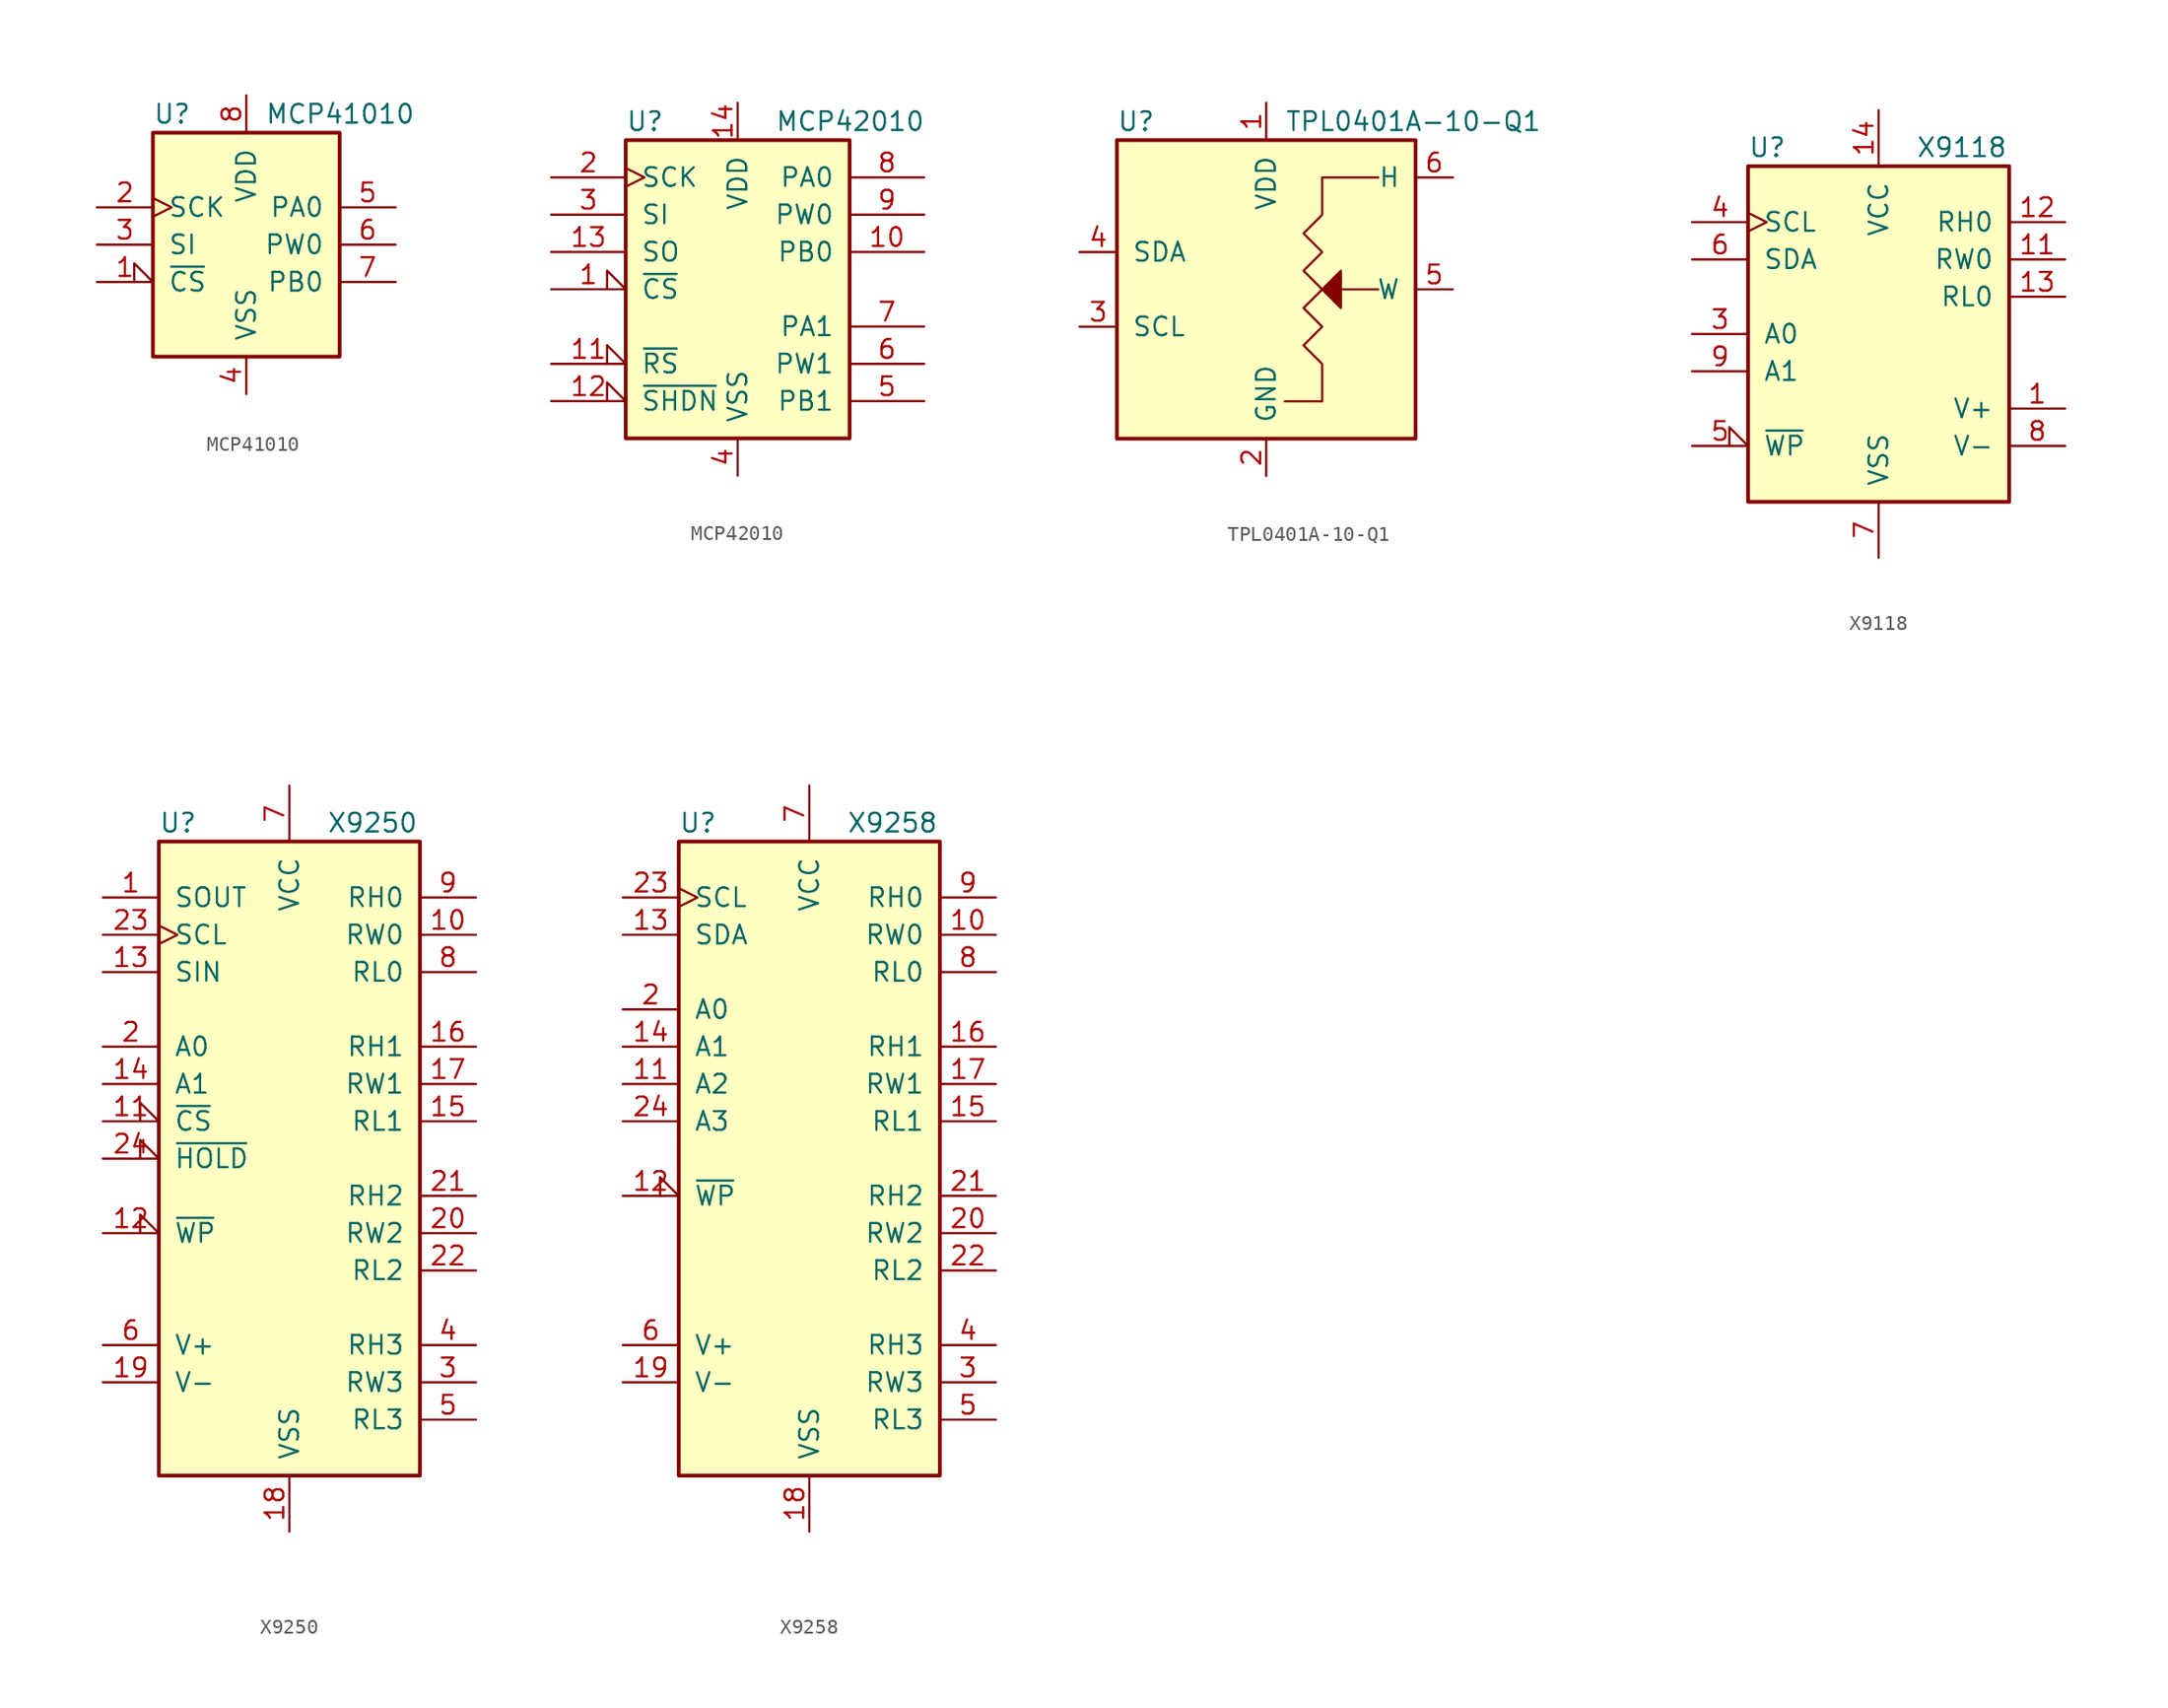
<source format=kicad_sym>
(kicad_symbol_lib
  (version 20241209)
  (generator "kicad_symbol_editor")
  (generator_version "9.0")
  (symbol "MCP41010"
    (pin_names
      (offset 1.016))
    (property "Reference" "U"
      (at -6.35 8.89 0)
      (effects (font (size 1.27 1.27)) (justify left)))
    (property "Value" "MCP41010"
      (at 1.27 8.89 0)
      (effects (font (size 1.27 1.27)) (justify left)))
    (symbol "MCP41010_0_1"
      (rectangle (start -6.35 7.62) (end 6.35 -7.62) (stroke (width 0.254) (type default)) (fill (type background))))
    (symbol "MCP41010_1_1"
      (pin passive clock (at -10.16 2.54 0) (length 3.81) (name "SCK" (effects (font (size 1.27 1.27)))) (number "2" (effects (font (size 1.27 1.27)))))
      (pin input line (at -10.16 0 0) (length 3.81) (name "SI" (effects (font (size 1.27 1.27)))) (number "3" (effects (font (size 1.27 1.27)))))
      (pin input input_low (at -10.16 -2.54 0) (length 3.81) (name "~{CS}" (effects (font (size 1.27 1.27)))) (number "1" (effects (font (size 1.27 1.27)))))
      (pin power_in line (at 0 10.16 270) (length 2.54) (name "VDD" (effects (font (size 1.27 1.27)))) (number "8" (effects (font (size 1.27 1.27)))))
      (pin power_in line (at 0 -10.16 90) (length 2.54) (name "VSS" (effects (font (size 1.27 1.27)))) (number "4" (effects (font (size 1.27 1.27)))))
      (pin passive line (at 10.16 2.54 180) (length 3.81) (name "PA0" (effects (font (size 1.27 1.27)))) (number "5" (effects (font (size 1.27 1.27)))))
      (pin passive line (at 10.16 0 180) (length 3.81) (name "PW0" (effects (font (size 1.27 1.27)))) (number "6" (effects (font (size 1.27 1.27)))))
      (pin passive line (at 10.16 -2.54 180) (length 3.81) (name "PB0" (effects (font (size 1.27 1.27)))) (number "7" (effects (font (size 1.27 1.27)))))))
  (symbol "MCP42010"
    (pin_names
      (offset 1.016))
    (property "Reference" "U"
      (at -7.62 11.43 0)
      (effects (font (size 1.27 1.27)) (justify left)))
    (property "Value" "MCP42010"
      (at 2.54 11.43 0)
      (effects (font (size 1.27 1.27)) (justify left)))
    (symbol "MCP42010_0_1"
      (rectangle (start -7.62 10.16) (end 7.62 -10.16) (stroke (width 0.254) (type default)) (fill (type background))))
    (symbol "MCP42010_1_1"
      (pin input clock (at -12.7 7.62 0) (length 5.08) (name "SCK" (effects (font (size 1.27 1.27)))) (number "2" (effects (font (size 1.27 1.27)))))
      (pin input line (at -12.7 5.08 0) (length 5.08) (name "SI" (effects (font (size 1.27 1.27)))) (number "3" (effects (font (size 1.27 1.27)))))
      (pin output line (at -12.7 2.54 0) (length 5.08) (name "SO" (effects (font (size 1.27 1.27)))) (number "13" (effects (font (size 1.27 1.27)))))
      (pin input input_low (at -12.7 0 0) (length 5.08) (name "~{CS}" (effects (font (size 1.27 1.27)))) (number "1" (effects (font (size 1.27 1.27)))))
      (pin input input_low (at -12.7 -5.08 0) (length 5.08) (name "~{RS}" (effects (font (size 1.27 1.27)))) (number "11" (effects (font (size 1.27 1.27)))))
      (pin input input_low (at -12.7 -7.62 0) (length 5.08) (name "~{SHDN}" (effects (font (size 1.27 1.27)))) (number "12" (effects (font (size 1.27 1.27)))))
      (pin power_in line (at 0 12.7 270) (length 2.54) (name "VDD" (effects (font (size 1.27 1.27)))) (number "14" (effects (font (size 1.27 1.27)))))
      (pin power_in line (at 0 -12.7 90) (length 2.54) (name "VSS" (effects (font (size 1.27 1.27)))) (number "4" (effects (font (size 1.27 1.27)))))
      (pin passive line (at 12.7 7.62 180) (length 5.08) (name "PA0" (effects (font (size 1.27 1.27)))) (number "8" (effects (font (size 1.27 1.27)))))
      (pin passive line (at 12.7 5.08 180) (length 5.08) (name "PW0" (effects (font (size 1.27 1.27)))) (number "9" (effects (font (size 1.27 1.27)))))
      (pin passive line (at 12.7 2.54 180) (length 5.08) (name "PB0" (effects (font (size 1.27 1.27)))) (number "10" (effects (font (size 1.27 1.27)))))
      (pin passive line (at 12.7 -2.54 180) (length 5.08) (name "PA1" (effects (font (size 1.27 1.27)))) (number "7" (effects (font (size 1.27 1.27)))))
      (pin passive line (at 12.7 -5.08 180) (length 5.08) (name "PW1" (effects (font (size 1.27 1.27)))) (number "6" (effects (font (size 1.27 1.27)))))
      (pin passive line (at 12.7 -7.62 180) (length 5.08) (name "PB1" (effects (font (size 1.27 1.27)))) (number "5" (effects (font (size 1.27 1.27)))))))
  (symbol "TPL0401A-10-Q1"
    (pin_names
      (offset 1.016))
    (property "Reference" "U"
      (at -10.16 11.43 0)
      (effects (font (size 1.27 1.27)) (justify left)))
    (property "Value" "TPL0401A-10-Q1"
      (at 1.27 11.43 0)
      (effects (font (size 1.27 1.27)) (justify left)))
    (symbol "TPL0401A-10-Q1_0_1"
      (polyline (pts (xy 5.08 -1.27) (xy 5.08 1.27) (xy 3.81 0) (xy 5.08 -1.27) (xy 5.08 -1.27)) (stroke (width 0) (type default)) (fill (type outline)))
      (polyline (pts (xy 7.62 7.62) (xy 3.81 7.62) (xy 3.81 5.08) (xy 2.54 3.81) (xy 3.81 2.54) (xy 2.54 1.27) (xy 3.81 0) (xy 2.54 -1.27) (xy 3.81 -2.54) (xy 2.54 -3.81) (xy 3.81 -5.08) (xy 3.81 -7.62) (xy 1.27 -7.62)) (stroke (width 0) (type default)) (fill (type none)))
      (polyline (pts (xy 7.62 0) (xy 5.08 0)) (stroke (width 0) (type default)) (fill (type none))))
    (symbol "TPL0401A-10-Q1_1_1"
      (rectangle (start -10.16 10.16) (end 10.16 -10.16) (stroke (width 0.254) (type default)) (fill (type background)))
      (pin bidirectional line (at -12.7 2.54 0) (length 2.54) (name "SDA" (effects (font (size 1.27 1.27)))) (number "4" (effects (font (size 1.27 1.27)))))
      (pin input line (at -12.7 -2.54 0) (length 2.54) (name "SCL" (effects (font (size 1.27 1.27)))) (number "3" (effects (font (size 1.27 1.27)))))
      (pin power_in line (at 0 12.7 270) (length 2.54) (name "VDD" (effects (font (size 1.27 1.27)))) (number "1" (effects (font (size 1.27 1.27)))))
      (pin power_in line (at 0 -12.7 90) (length 2.54) (name "GND" (effects (font (size 1.27 1.27)))) (number "2" (effects (font (size 1.27 1.27)))))
      (pin passive line (at 12.7 7.62 180) (length 2.54) (name "H" (effects (font (size 1.27 1.27)))) (number "6" (effects (font (size 1.27 1.27)))))
      (pin passive line (at 12.7 0 180) (length 2.54) (name "W" (effects (font (size 1.27 1.27)))) (number "5" (effects (font (size 1.27 1.27)))))))
  (symbol "X9118"
    (pin_names
      (offset 1.016))
    (property "Reference" "U"
      (at -8.89 12.7 0)
      (effects (font (size 1.27 1.27)) (justify left)))
    (property "Value" "X9118"
      (at 2.54 12.7 0)
      (effects (font (size 1.27 1.27)) (justify left)))
    (symbol "X9118_0_0"
      (pin input clock (at -12.7 7.62 0) (length 3.81) (name "SCL" (effects (font (size 1.27 1.27)))) (number "4" (effects (font (size 1.27 1.27)))))
      (pin bidirectional line (at -12.7 5.08 0) (length 3.81) (name "SDA" (effects (font (size 1.27 1.27)))) (number "6" (effects (font (size 1.27 1.27)))))
      (pin input line (at -12.7 0 0) (length 3.81) (name "A0" (effects (font (size 1.27 1.27)))) (number "3" (effects (font (size 1.27 1.27)))))
      (pin input line (at -12.7 -2.54 0) (length 3.81) (name "A1" (effects (font (size 1.27 1.27)))) (number "9" (effects (font (size 1.27 1.27)))))
      (pin power_in line (at 0 15.24 270) (length 3.81) (name "VCC" (effects (font (size 1.27 1.27)))) (number "14" (effects (font (size 1.27 1.27)))))
      (pin power_in line (at 0 -15.24 90) (length 3.81) (name "VSS" (effects (font (size 1.27 1.27)))) (number "7" (effects (font (size 1.27 1.27)))))
      (pin passive line (at 12.7 -5.08 180) (length 3.81) (name "V+" (effects (font (size 1.27 1.27)))) (number "1" (effects (font (size 1.27 1.27)))))
      (pin passive line (at 12.7 -7.62 180) (length 3.81) (name "V-" (effects (font (size 1.27 1.27)))) (number "8" (effects (font (size 1.27 1.27))))))
    (symbol "X9118_0_1"
      (rectangle (start -8.89 11.43) (end 8.89 -11.43) (stroke (width 0.254) (type default)) (fill (type background))))
    (symbol "X9118_1_1"
      (pin input input_low (at -12.7 -7.62 0) (length 3.81) (name "~{WP}" (effects (font (size 1.27 1.27)))) (number "5" (effects (font (size 1.27 1.27)))))
      (pin passive line (at 12.7 7.62 180) (length 3.81) (name "RH0" (effects (font (size 1.27 1.27)))) (number "12" (effects (font (size 1.27 1.27)))))
      (pin passive line (at 12.7 5.08 180) (length 3.81) (name "RW0" (effects (font (size 1.27 1.27)))) (number "11" (effects (font (size 1.27 1.27)))))
      (pin passive line (at 12.7 2.54 180) (length 3.81) (name "RL0" (effects (font (size 1.27 1.27)))) (number "13" (effects (font (size 1.27 1.27)))))))
  (symbol "X9250"
    (pin_names
      (offset 1.016))
    (property "Reference" "U"
      (at -8.89 22.86 0)
      (effects (font (size 1.27 1.27)) (justify left)))
    (property "Value" "X9250"
      (at 2.54 22.86 0)
      (effects (font (size 1.27 1.27)) (justify left)))
    (symbol "X9250_0_0"
      (pin input clock (at -12.7 15.24 0) (length 3.81) (name "SCL" (effects (font (size 1.27 1.27)))) (number "23" (effects (font (size 1.27 1.27)))))
      (pin input line (at -12.7 12.7 0) (length 3.81) (name "SIN" (effects (font (size 1.27 1.27)))) (number "13" (effects (font (size 1.27 1.27)))))
      (pin input line (at -12.7 7.62 0) (length 3.81) (name "A0" (effects (font (size 1.27 1.27)))) (number "2" (effects (font (size 1.27 1.27)))))
      (pin input line (at -12.7 5.08 0) (length 3.81) (name "A1" (effects (font (size 1.27 1.27)))) (number "14" (effects (font (size 1.27 1.27)))))
      (pin input input_low (at -12.7 2.54 0) (length 3.81) (name "~{CS}" (effects (font (size 1.27 1.27)))) (number "11" (effects (font (size 1.27 1.27)))))
      (pin input input_low (at -12.7 0 0) (length 3.81) (name "~{HOLD}" (effects (font (size 1.27 1.27)))) (number "24" (effects (font (size 1.27 1.27)))))
      (pin passive line (at -12.7 -12.7 0) (length 3.81) (name "V+" (effects (font (size 1.27 1.27)))) (number "6" (effects (font (size 1.27 1.27)))))
      (pin passive line (at -12.7 -15.24 0) (length 3.81) (name "V-" (effects (font (size 1.27 1.27)))) (number "19" (effects (font (size 1.27 1.27)))))
      (pin power_in line (at 0 25.4 270) (length 3.81) (name "VCC" (effects (font (size 1.27 1.27)))) (number "7" (effects (font (size 1.27 1.27)))))
      (pin power_in line (at 0 -25.4 90) (length 3.81) (name "VSS" (effects (font (size 1.27 1.27)))) (number "18" (effects (font (size 1.27 1.27))))))
    (symbol "X9250_0_1"
      (rectangle (start -8.89 21.59) (end 8.89 -21.59) (stroke (width 0.254) (type default)) (fill (type background))))
    (symbol "X9250_1_1"
      (pin output line (at -12.7 17.78 0) (length 3.81) (name "SOUT" (effects (font (size 1.27 1.27)))) (number "1" (effects (font (size 1.27 1.27)))))
      (pin input input_low (at -12.7 -5.08 0) (length 3.81) (name "~{WP}" (effects (font (size 1.27 1.27)))) (number "12" (effects (font (size 1.27 1.27)))))
      (pin passive line (at 12.7 17.78 180) (length 3.81) (name "RH0" (effects (font (size 1.27 1.27)))) (number "9" (effects (font (size 1.27 1.27)))))
      (pin passive line (at 12.7 15.24 180) (length 3.81) (name "RW0" (effects (font (size 1.27 1.27)))) (number "10" (effects (font (size 1.27 1.27)))))
      (pin passive line (at 12.7 12.7 180) (length 3.81) (name "RL0" (effects (font (size 1.27 1.27)))) (number "8" (effects (font (size 1.27 1.27)))))
      (pin passive line (at 12.7 7.62 180) (length 3.81) (name "RH1" (effects (font (size 1.27 1.27)))) (number "16" (effects (font (size 1.27 1.27)))))
      (pin passive line (at 12.7 5.08 180) (length 3.81) (name "RW1" (effects (font (size 1.27 1.27)))) (number "17" (effects (font (size 1.27 1.27)))))
      (pin passive line (at 12.7 2.54 180) (length 3.81) (name "RL1" (effects (font (size 1.27 1.27)))) (number "15" (effects (font (size 1.27 1.27)))))
      (pin passive line (at 12.7 -2.54 180) (length 3.81) (name "RH2" (effects (font (size 1.27 1.27)))) (number "21" (effects (font (size 1.27 1.27)))))
      (pin passive line (at 12.7 -5.08 180) (length 3.81) (name "RW2" (effects (font (size 1.27 1.27)))) (number "20" (effects (font (size 1.27 1.27)))))
      (pin passive line (at 12.7 -7.62 180) (length 3.81) (name "RL2" (effects (font (size 1.27 1.27)))) (number "22" (effects (font (size 1.27 1.27)))))
      (pin passive line (at 12.7 -12.7 180) (length 3.81) (name "RH3" (effects (font (size 1.27 1.27)))) (number "4" (effects (font (size 1.27 1.27)))))
      (pin passive line (at 12.7 -15.24 180) (length 3.81) (name "RW3" (effects (font (size 1.27 1.27)))) (number "3" (effects (font (size 1.27 1.27)))))
      (pin passive line (at 12.7 -17.78 180) (length 3.81) (name "RL3" (effects (font (size 1.27 1.27)))) (number "5" (effects (font (size 1.27 1.27)))))))
  (symbol "X9258"
    (pin_names
      (offset 1.016))
    (property "Reference" "U"
      (at -8.89 22.86 0)
      (effects (font (size 1.27 1.27)) (justify left)))
    (property "Value" "X9258"
      (at 2.54 22.86 0)
      (effects (font (size 1.27 1.27)) (justify left)))
    (symbol "X9258_0_0"
      (pin input clock (at -12.7 17.78 0) (length 3.81) (name "SCL" (effects (font (size 1.27 1.27)))) (number "23" (effects (font (size 1.27 1.27)))))
      (pin bidirectional line (at -12.7 15.24 0) (length 3.81) (name "SDA" (effects (font (size 1.27 1.27)))) (number "13" (effects (font (size 1.27 1.27)))))
      (pin input line (at -12.7 10.16 0) (length 3.81) (name "A0" (effects (font (size 1.27 1.27)))) (number "2" (effects (font (size 1.27 1.27)))))
      (pin input line (at -12.7 7.62 0) (length 3.81) (name "A1" (effects (font (size 1.27 1.27)))) (number "14" (effects (font (size 1.27 1.27)))))
      (pin input line (at -12.7 5.08 0) (length 3.81) (name "A2" (effects (font (size 1.27 1.27)))) (number "11" (effects (font (size 1.27 1.27)))))
      (pin input line (at -12.7 2.54 0) (length 3.81) (name "A3" (effects (font (size 1.27 1.27)))) (number "24" (effects (font (size 1.27 1.27)))))
      (pin passive line (at -12.7 -12.7 0) (length 3.81) (name "V+" (effects (font (size 1.27 1.27)))) (number "6" (effects (font (size 1.27 1.27)))))
      (pin passive line (at -12.7 -15.24 0) (length 3.81) (name "V-" (effects (font (size 1.27 1.27)))) (number "19" (effects (font (size 1.27 1.27)))))
      (pin power_in line (at 0 25.4 270) (length 3.81) (name "VCC" (effects (font (size 1.27 1.27)))) (number "7" (effects (font (size 1.27 1.27)))))
      (pin power_in line (at 0 -25.4 90) (length 3.81) (name "VSS" (effects (font (size 1.27 1.27)))) (number "18" (effects (font (size 1.27 1.27))))))
    (symbol "X9258_0_1"
      (rectangle (start -8.89 21.59) (end 8.89 -21.59) (stroke (width 0.254) (type default)) (fill (type background))))
    (symbol "X9258_1_1"
      (pin input input_low (at -12.7 -2.54 0) (length 3.81) (name "~{WP}" (effects (font (size 1.27 1.27)))) (number "12" (effects (font (size 1.27 1.27)))))
      (pin passive line (at 12.7 17.78 180) (length 3.81) (name "RH0" (effects (font (size 1.27 1.27)))) (number "9" (effects (font (size 1.27 1.27)))))
      (pin passive line (at 12.7 15.24 180) (length 3.81) (name "RW0" (effects (font (size 1.27 1.27)))) (number "10" (effects (font (size 1.27 1.27)))))
      (pin passive line (at 12.7 12.7 180) (length 3.81) (name "RL0" (effects (font (size 1.27 1.27)))) (number "8" (effects (font (size 1.27 1.27)))))
      (pin passive line (at 12.7 7.62 180) (length 3.81) (name "RH1" (effects (font (size 1.27 1.27)))) (number "16" (effects (font (size 1.27 1.27)))))
      (pin passive line (at 12.7 5.08 180) (length 3.81) (name "RW1" (effects (font (size 1.27 1.27)))) (number "17" (effects (font (size 1.27 1.27)))))
      (pin passive line (at 12.7 2.54 180) (length 3.81) (name "RL1" (effects (font (size 1.27 1.27)))) (number "15" (effects (font (size 1.27 1.27)))))
      (pin passive line (at 12.7 -2.54 180) (length 3.81) (name "RH2" (effects (font (size 1.27 1.27)))) (number "21" (effects (font (size 1.27 1.27)))))
      (pin passive line (at 12.7 -5.08 180) (length 3.81) (name "RW2" (effects (font (size 1.27 1.27)))) (number "20" (effects (font (size 1.27 1.27)))))
      (pin passive line (at 12.7 -7.62 180) (length 3.81) (name "RL2" (effects (font (size 1.27 1.27)))) (number "22" (effects (font (size 1.27 1.27)))))
      (pin passive line (at 12.7 -12.7 180) (length 3.81) (name "RH3" (effects (font (size 1.27 1.27)))) (number "4" (effects (font (size 1.27 1.27)))))
      (pin passive line (at 12.7 -15.24 180) (length 3.81) (name "RW3" (effects (font (size 1.27 1.27)))) (number "3" (effects (font (size 1.27 1.27)))))
      (pin passive line (at 12.7 -17.78 180) (length 3.81) (name "RL3" (effects (font (size 1.27 1.27)))) (number "5" (effects (font (size 1.27 1.27))))))))
</source>
